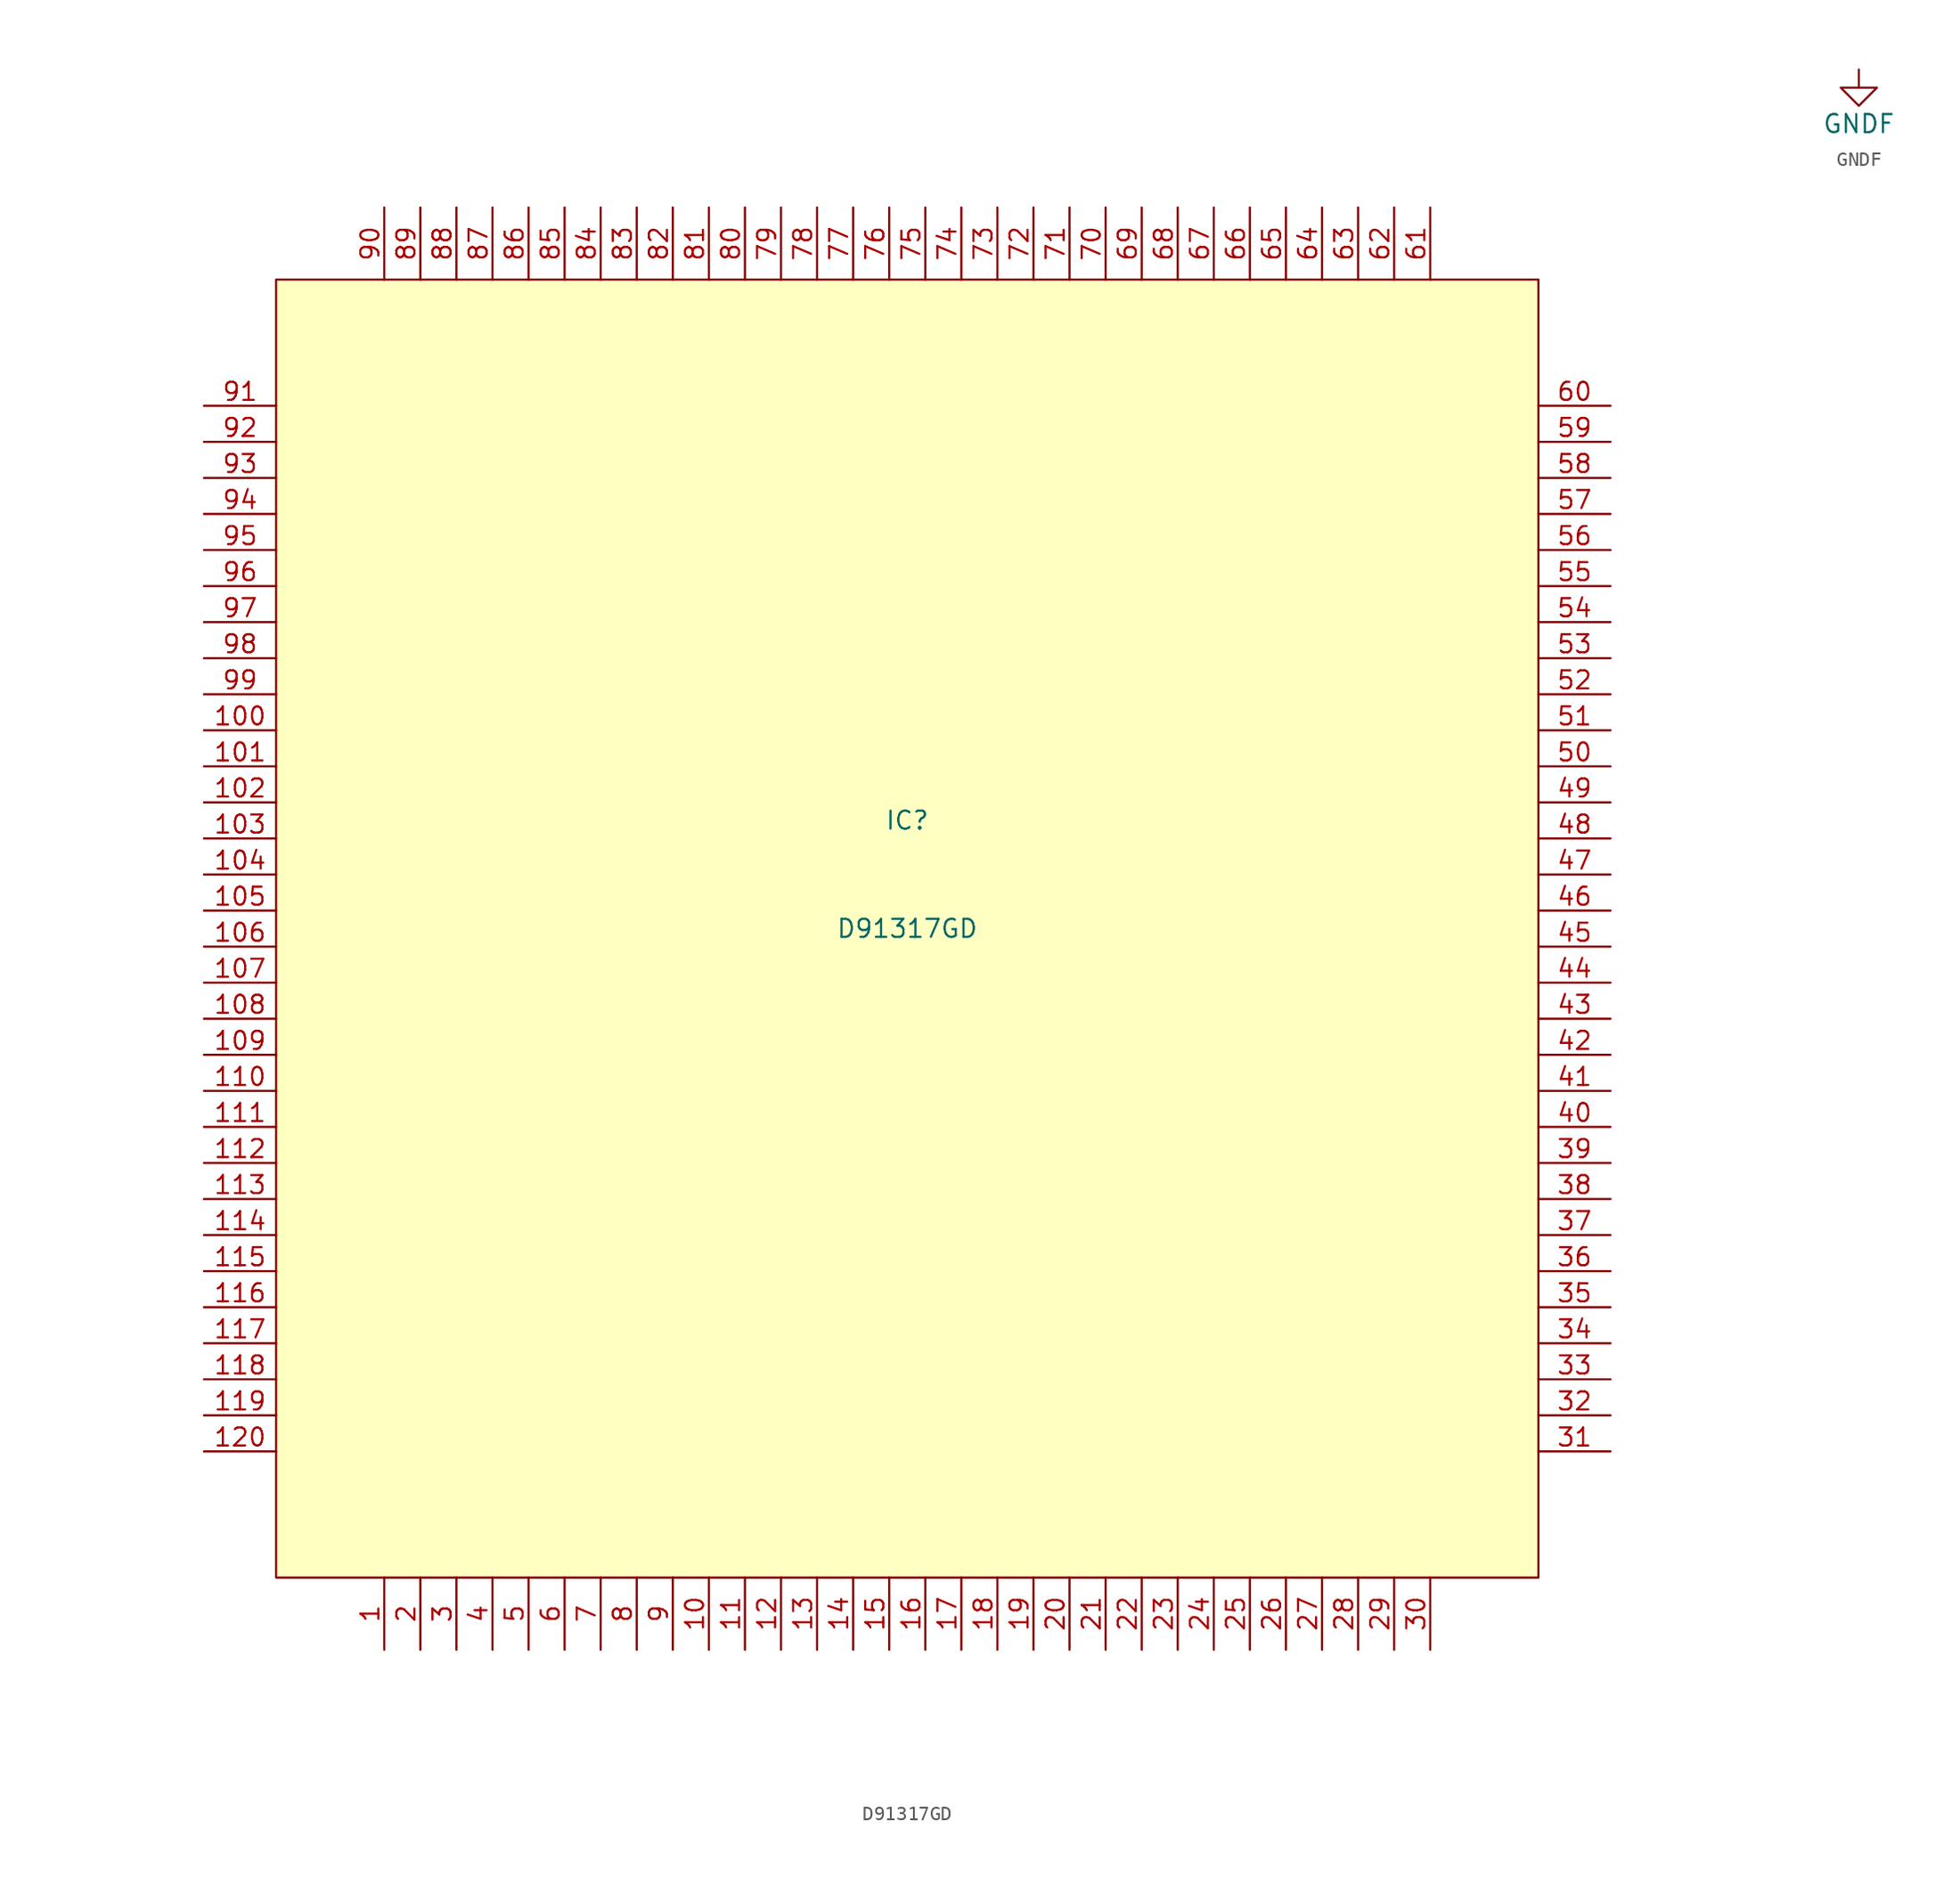
<source format=kicad_sym>
(kicad_symbol_lib
  (version 20220914)
  (generator kicad_symbol_editor)
  (symbol "D91317GD"
    (property "Reference" "IC"
      (at 0 7.62 0)
      (effects (font (size 1.27 1.27))))
    (property "Value" "D91317GD"
      (at 0 0 0)
      (effects (font (size 1.27 1.27))))
    (symbol "D91317GD_1_1"
      (rectangle (start -44.45 45.72) (end 44.45 -45.72) (stroke (width 0) (type default)) (fill (type background)))
      (pin input line (at -36.83 -50.8 90) (length 5.08) (name "" (effects (font (size 1.27 1.27)))) (number "1" (effects (font (size 1.27 1.27)))))
      (pin input line (at -13.97 -50.8 90) (length 5.08) (name "" (effects (font (size 1.27 1.27)))) (number "10" (effects (font (size 1.27 1.27)))))
      (pin input line (at -49.53 13.97 0) (length 5.08) (name "" (effects (font (size 1.27 1.27)))) (number "100" (effects (font (size 1.27 1.27)))))
      (pin input line (at -49.53 11.43 0) (length 5.08) (name "" (effects (font (size 1.27 1.27)))) (number "101" (effects (font (size 1.27 1.27)))))
      (pin input line (at -49.53 8.89 0) (length 5.08) (name "" (effects (font (size 1.27 1.27)))) (number "102" (effects (font (size 1.27 1.27)))))
      (pin input line (at -49.53 6.35 0) (length 5.08) (name "" (effects (font (size 1.27 1.27)))) (number "103" (effects (font (size 1.27 1.27)))))
      (pin input line (at -49.53 3.81 0) (length 5.08) (name "" (effects (font (size 1.27 1.27)))) (number "104" (effects (font (size 1.27 1.27)))))
      (pin input line (at -49.53 1.27 0) (length 5.08) (name "" (effects (font (size 1.27 1.27)))) (number "105" (effects (font (size 1.27 1.27)))))
      (pin input line (at -49.53 -1.27 0) (length 5.08) (name "" (effects (font (size 1.27 1.27)))) (number "106" (effects (font (size 1.27 1.27)))))
      (pin input line (at -49.53 -3.81 0) (length 5.08) (name "" (effects (font (size 1.27 1.27)))) (number "107" (effects (font (size 1.27 1.27)))))
      (pin input line (at -49.53 -6.35 0) (length 5.08) (name "" (effects (font (size 1.27 1.27)))) (number "108" (effects (font (size 1.27 1.27)))))
      (pin input line (at -49.53 -8.89 0) (length 5.08) (name "" (effects (font (size 1.27 1.27)))) (number "109" (effects (font (size 1.27 1.27)))))
      (pin input line (at -11.43 -50.8 90) (length 5.08) (name "" (effects (font (size 1.27 1.27)))) (number "11" (effects (font (size 1.27 1.27)))))
      (pin input line (at -49.53 -11.43 0) (length 5.08) (name "" (effects (font (size 1.27 1.27)))) (number "110" (effects (font (size 1.27 1.27)))))
      (pin input line (at -49.53 -13.97 0) (length 5.08) (name "" (effects (font (size 1.27 1.27)))) (number "111" (effects (font (size 1.27 1.27)))))
      (pin input line (at -49.53 -16.51 0) (length 5.08) (name "" (effects (font (size 1.27 1.27)))) (number "112" (effects (font (size 1.27 1.27)))))
      (pin input line (at -49.53 -19.05 0) (length 5.08) (name "" (effects (font (size 1.27 1.27)))) (number "113" (effects (font (size 1.27 1.27)))))
      (pin input line (at -49.53 -21.59 0) (length 5.08) (name "" (effects (font (size 1.27 1.27)))) (number "114" (effects (font (size 1.27 1.27)))))
      (pin input line (at -49.53 -24.13 0) (length 5.08) (name "" (effects (font (size 1.27 1.27)))) (number "115" (effects (font (size 1.27 1.27)))))
      (pin input line (at -49.53 -26.67 0) (length 5.08) (name "" (effects (font (size 1.27 1.27)))) (number "116" (effects (font (size 1.27 1.27)))))
      (pin input line (at -49.53 -29.21 0) (length 5.08) (name "" (effects (font (size 1.27 1.27)))) (number "117" (effects (font (size 1.27 1.27)))))
      (pin input line (at -49.53 -31.75 0) (length 5.08) (name "" (effects (font (size 1.27 1.27)))) (number "118" (effects (font (size 1.27 1.27)))))
      (pin input line (at -49.53 -34.29 0) (length 5.08) (name "" (effects (font (size 1.27 1.27)))) (number "119" (effects (font (size 1.27 1.27)))))
      (pin input line (at -8.89 -50.8 90) (length 5.08) (name "" (effects (font (size 1.27 1.27)))) (number "12" (effects (font (size 1.27 1.27)))))
      (pin input line (at -49.53 -36.83 0) (length 5.08) (name "" (effects (font (size 1.27 1.27)))) (number "120" (effects (font (size 1.27 1.27)))))
      (pin input line (at -6.35 -50.8 90) (length 5.08) (name "" (effects (font (size 1.27 1.27)))) (number "13" (effects (font (size 1.27 1.27)))))
      (pin input line (at -3.81 -50.8 90) (length 5.08) (name "" (effects (font (size 1.27 1.27)))) (number "14" (effects (font (size 1.27 1.27)))))
      (pin input line (at -1.27 -50.8 90) (length 5.08) (name "" (effects (font (size 1.27 1.27)))) (number "15" (effects (font (size 1.27 1.27)))))
      (pin input line (at 1.27 -50.8 90) (length 5.08) (name "" (effects (font (size 1.27 1.27)))) (number "16" (effects (font (size 1.27 1.27)))))
      (pin input line (at 3.81 -50.8 90) (length 5.08) (name "" (effects (font (size 1.27 1.27)))) (number "17" (effects (font (size 1.27 1.27)))))
      (pin input line (at 6.35 -50.8 90) (length 5.08) (name "" (effects (font (size 1.27 1.27)))) (number "18" (effects (font (size 1.27 1.27)))))
      (pin input line (at 8.89 -50.8 90) (length 5.08) (name "" (effects (font (size 1.27 1.27)))) (number "19" (effects (font (size 1.27 1.27)))))
      (pin input line (at -34.29 -50.8 90) (length 5.08) (name "" (effects (font (size 1.27 1.27)))) (number "2" (effects (font (size 1.27 1.27)))))
      (pin input line (at 11.43 -50.8 90) (length 5.08) (name "" (effects (font (size 1.27 1.27)))) (number "20" (effects (font (size 1.27 1.27)))))
      (pin input line (at 13.97 -50.8 90) (length 5.08) (name "" (effects (font (size 1.27 1.27)))) (number "21" (effects (font (size 1.27 1.27)))))
      (pin input line (at 16.51 -50.8 90) (length 5.08) (name "" (effects (font (size 1.27 1.27)))) (number "22" (effects (font (size 1.27 1.27)))))
      (pin input line (at 19.05 -50.8 90) (length 5.08) (name "" (effects (font (size 1.27 1.27)))) (number "23" (effects (font (size 1.27 1.27)))))
      (pin input line (at 21.59 -50.8 90) (length 5.08) (name "" (effects (font (size 1.27 1.27)))) (number "24" (effects (font (size 1.27 1.27)))))
      (pin input line (at 24.13 -50.8 90) (length 5.08) (name "" (effects (font (size 1.27 1.27)))) (number "25" (effects (font (size 1.27 1.27)))))
      (pin input line (at 26.67 -50.8 90) (length 5.08) (name "" (effects (font (size 1.27 1.27)))) (number "26" (effects (font (size 1.27 1.27)))))
      (pin input line (at 29.21 -50.8 90) (length 5.08) (name "" (effects (font (size 1.27 1.27)))) (number "27" (effects (font (size 1.27 1.27)))))
      (pin input line (at 31.75 -50.8 90) (length 5.08) (name "" (effects (font (size 1.27 1.27)))) (number "28" (effects (font (size 1.27 1.27)))))
      (pin input line (at 34.29 -50.8 90) (length 5.08) (name "" (effects (font (size 1.27 1.27)))) (number "29" (effects (font (size 1.27 1.27)))))
      (pin input line (at -31.75 -50.8 90) (length 5.08) (name "" (effects (font (size 1.27 1.27)))) (number "3" (effects (font (size 1.27 1.27)))))
      (pin input line (at 36.83 -50.8 90) (length 5.08) (name "" (effects (font (size 1.27 1.27)))) (number "30" (effects (font (size 1.27 1.27)))))
      (pin input line (at 49.53 -36.83 180) (length 5.08) (name "" (effects (font (size 1.27 1.27)))) (number "31" (effects (font (size 1.27 1.27)))))
      (pin input line (at 49.53 -34.29 180) (length 5.08) (name "" (effects (font (size 1.27 1.27)))) (number "32" (effects (font (size 1.27 1.27)))))
      (pin input line (at 49.53 -31.75 180) (length 5.08) (name "" (effects (font (size 1.27 1.27)))) (number "33" (effects (font (size 1.27 1.27)))))
      (pin input line (at 49.53 -29.21 180) (length 5.08) (name "" (effects (font (size 1.27 1.27)))) (number "34" (effects (font (size 1.27 1.27)))))
      (pin input line (at 49.53 -26.67 180) (length 5.08) (name "" (effects (font (size 1.27 1.27)))) (number "35" (effects (font (size 1.27 1.27)))))
      (pin input line (at 49.53 -24.13 180) (length 5.08) (name "" (effects (font (size 1.27 1.27)))) (number "36" (effects (font (size 1.27 1.27)))))
      (pin input line (at 49.53 -21.59 180) (length 5.08) (name "" (effects (font (size 1.27 1.27)))) (number "37" (effects (font (size 1.27 1.27)))))
      (pin input line (at 49.53 -19.05 180) (length 5.08) (name "" (effects (font (size 1.27 1.27)))) (number "38" (effects (font (size 1.27 1.27)))))
      (pin input line (at 49.53 -16.51 180) (length 5.08) (name "" (effects (font (size 1.27 1.27)))) (number "39" (effects (font (size 1.27 1.27)))))
      (pin input line (at -29.21 -50.8 90) (length 5.08) (name "" (effects (font (size 1.27 1.27)))) (number "4" (effects (font (size 1.27 1.27)))))
      (pin input line (at 49.53 -13.97 180) (length 5.08) (name "" (effects (font (size 1.27 1.27)))) (number "40" (effects (font (size 1.27 1.27)))))
      (pin input line (at 49.53 -11.43 180) (length 5.08) (name "" (effects (font (size 1.27 1.27)))) (number "41" (effects (font (size 1.27 1.27)))))
      (pin input line (at 49.53 -8.89 180) (length 5.08) (name "" (effects (font (size 1.27 1.27)))) (number "42" (effects (font (size 1.27 1.27)))))
      (pin input line (at 49.53 -6.35 180) (length 5.08) (name "" (effects (font (size 1.27 1.27)))) (number "43" (effects (font (size 1.27 1.27)))))
      (pin input line (at 49.53 -3.81 180) (length 5.08) (name "" (effects (font (size 1.27 1.27)))) (number "44" (effects (font (size 1.27 1.27)))))
      (pin input line (at 49.53 -1.27 180) (length 5.08) (name "" (effects (font (size 1.27 1.27)))) (number "45" (effects (font (size 1.27 1.27)))))
      (pin input line (at 49.53 1.27 180) (length 5.08) (name "" (effects (font (size 1.27 1.27)))) (number "46" (effects (font (size 1.27 1.27)))))
      (pin input line (at 49.53 3.81 180) (length 5.08) (name "" (effects (font (size 1.27 1.27)))) (number "47" (effects (font (size 1.27 1.27)))))
      (pin input line (at 49.53 6.35 180) (length 5.08) (name "" (effects (font (size 1.27 1.27)))) (number "48" (effects (font (size 1.27 1.27)))))
      (pin input line (at 49.53 8.89 180) (length 5.08) (name "" (effects (font (size 1.27 1.27)))) (number "49" (effects (font (size 1.27 1.27)))))
      (pin input line (at -26.67 -50.8 90) (length 5.08) (name "" (effects (font (size 1.27 1.27)))) (number "5" (effects (font (size 1.27 1.27)))))
      (pin input line (at 49.53 11.43 180) (length 5.08) (name "" (effects (font (size 1.27 1.27)))) (number "50" (effects (font (size 1.27 1.27)))))
      (pin input line (at 49.53 13.97 180) (length 5.08) (name "" (effects (font (size 1.27 1.27)))) (number "51" (effects (font (size 1.27 1.27)))))
      (pin input line (at 49.53 16.51 180) (length 5.08) (name "" (effects (font (size 1.27 1.27)))) (number "52" (effects (font (size 1.27 1.27)))))
      (pin input line (at 49.53 19.05 180) (length 5.08) (name "" (effects (font (size 1.27 1.27)))) (number "53" (effects (font (size 1.27 1.27)))))
      (pin input line (at 49.53 21.59 180) (length 5.08) (name "" (effects (font (size 1.27 1.27)))) (number "54" (effects (font (size 1.27 1.27)))))
      (pin input line (at 49.53 24.13 180) (length 5.08) (name "" (effects (font (size 1.27 1.27)))) (number "55" (effects (font (size 1.27 1.27)))))
      (pin input line (at 49.53 26.67 180) (length 5.08) (name "" (effects (font (size 1.27 1.27)))) (number "56" (effects (font (size 1.27 1.27)))))
      (pin input line (at 49.53 29.21 180) (length 5.08) (name "" (effects (font (size 1.27 1.27)))) (number "57" (effects (font (size 1.27 1.27)))))
      (pin input line (at 49.53 31.75 180) (length 5.08) (name "" (effects (font (size 1.27 1.27)))) (number "58" (effects (font (size 1.27 1.27)))))
      (pin input line (at 49.53 34.29 180) (length 5.08) (name "" (effects (font (size 1.27 1.27)))) (number "59" (effects (font (size 1.27 1.27)))))
      (pin input line (at -24.13 -50.8 90) (length 5.08) (name "" (effects (font (size 1.27 1.27)))) (number "6" (effects (font (size 1.27 1.27)))))
      (pin input line (at 49.53 36.83 180) (length 5.08) (name "" (effects (font (size 1.27 1.27)))) (number "60" (effects (font (size 1.27 1.27)))))
      (pin input line (at 36.83 50.8 270) (length 5.08) (name "" (effects (font (size 1.27 1.27)))) (number "61" (effects (font (size 1.27 1.27)))))
      (pin input line (at 34.29 50.8 270) (length 5.08) (name "" (effects (font (size 1.27 1.27)))) (number "62" (effects (font (size 1.27 1.27)))))
      (pin input line (at 31.75 50.8 270) (length 5.08) (name "" (effects (font (size 1.27 1.27)))) (number "63" (effects (font (size 1.27 1.27)))))
      (pin input line (at 29.21 50.8 270) (length 5.08) (name "" (effects (font (size 1.27 1.27)))) (number "64" (effects (font (size 1.27 1.27)))))
      (pin input line (at 26.67 50.8 270) (length 5.08) (name "" (effects (font (size 1.27 1.27)))) (number "65" (effects (font (size 1.27 1.27)))))
      (pin input line (at 24.13 50.8 270) (length 5.08) (name "" (effects (font (size 1.27 1.27)))) (number "66" (effects (font (size 1.27 1.27)))))
      (pin input line (at 21.59 50.8 270) (length 5.08) (name "" (effects (font (size 1.27 1.27)))) (number "67" (effects (font (size 1.27 1.27)))))
      (pin input line (at 19.05 50.8 270) (length 5.08) (name "" (effects (font (size 1.27 1.27)))) (number "68" (effects (font (size 1.27 1.27)))))
      (pin input line (at 16.51 50.8 270) (length 5.08) (name "" (effects (font (size 1.27 1.27)))) (number "69" (effects (font (size 1.27 1.27)))))
      (pin input line (at -21.59 -50.8 90) (length 5.08) (name "" (effects (font (size 1.27 1.27)))) (number "7" (effects (font (size 1.27 1.27)))))
      (pin input line (at 13.97 50.8 270) (length 5.08) (name "" (effects (font (size 1.27 1.27)))) (number "70" (effects (font (size 1.27 1.27)))))
      (pin input line (at 11.43 50.8 270) (length 5.08) (name "" (effects (font (size 1.27 1.27)))) (number "71" (effects (font (size 1.27 1.27)))))
      (pin input line (at 8.89 50.8 270) (length 5.08) (name "" (effects (font (size 1.27 1.27)))) (number "72" (effects (font (size 1.27 1.27)))))
      (pin input line (at 6.35 50.8 270) (length 5.08) (name "" (effects (font (size 1.27 1.27)))) (number "73" (effects (font (size 1.27 1.27)))))
      (pin input line (at 3.81 50.8 270) (length 5.08) (name "" (effects (font (size 1.27 1.27)))) (number "74" (effects (font (size 1.27 1.27)))))
      (pin input line (at 1.27 50.8 270) (length 5.08) (name "" (effects (font (size 1.27 1.27)))) (number "75" (effects (font (size 1.27 1.27)))))
      (pin input line (at -1.27 50.8 270) (length 5.08) (name "" (effects (font (size 1.27 1.27)))) (number "76" (effects (font (size 1.27 1.27)))))
      (pin input line (at -3.81 50.8 270) (length 5.08) (name "" (effects (font (size 1.27 1.27)))) (number "77" (effects (font (size 1.27 1.27)))))
      (pin input line (at -6.35 50.8 270) (length 5.08) (name "" (effects (font (size 1.27 1.27)))) (number "78" (effects (font (size 1.27 1.27)))))
      (pin input line (at -8.89 50.8 270) (length 5.08) (name "" (effects (font (size 1.27 1.27)))) (number "79" (effects (font (size 1.27 1.27)))))
      (pin input line (at -19.05 -50.8 90) (length 5.08) (name "" (effects (font (size 1.27 1.27)))) (number "8" (effects (font (size 1.27 1.27)))))
      (pin input line (at -11.43 50.8 270) (length 5.08) (name "" (effects (font (size 1.27 1.27)))) (number "80" (effects (font (size 1.27 1.27)))))
      (pin input line (at -13.97 50.8 270) (length 5.08) (name "" (effects (font (size 1.27 1.27)))) (number "81" (effects (font (size 1.27 1.27)))))
      (pin input line (at -16.51 50.8 270) (length 5.08) (name "" (effects (font (size 1.27 1.27)))) (number "82" (effects (font (size 1.27 1.27)))))
      (pin input line (at -19.05 50.8 270) (length 5.08) (name "" (effects (font (size 1.27 1.27)))) (number "83" (effects (font (size 1.27 1.27)))))
      (pin input line (at -21.59 50.8 270) (length 5.08) (name "" (effects (font (size 1.27 1.27)))) (number "84" (effects (font (size 1.27 1.27)))))
      (pin input line (at -24.13 50.8 270) (length 5.08) (name "" (effects (font (size 1.27 1.27)))) (number "85" (effects (font (size 1.27 1.27)))))
      (pin input line (at -26.67 50.8 270) (length 5.08) (name "" (effects (font (size 1.27 1.27)))) (number "86" (effects (font (size 1.27 1.27)))))
      (pin input line (at -29.21 50.8 270) (length 5.08) (name "" (effects (font (size 1.27 1.27)))) (number "87" (effects (font (size 1.27 1.27)))))
      (pin input line (at -31.75 50.8 270) (length 5.08) (name "" (effects (font (size 1.27 1.27)))) (number "88" (effects (font (size 1.27 1.27)))))
      (pin input line (at -34.29 50.8 270) (length 5.08) (name "" (effects (font (size 1.27 1.27)))) (number "89" (effects (font (size 1.27 1.27)))))
      (pin input line (at -16.51 -50.8 90) (length 5.08) (name "" (effects (font (size 1.27 1.27)))) (number "9" (effects (font (size 1.27 1.27)))))
      (pin input line (at -36.83 50.8 270) (length 5.08) (name "" (effects (font (size 1.27 1.27)))) (number "90" (effects (font (size 1.27 1.27)))))
      (pin input line (at -49.53 36.83 0) (length 5.08) (name "" (effects (font (size 1.27 1.27)))) (number "91" (effects (font (size 1.27 1.27)))))
      (pin input line (at -49.53 34.29 0) (length 5.08) (name "" (effects (font (size 1.27 1.27)))) (number "92" (effects (font (size 1.27 1.27)))))
      (pin input line (at -49.53 31.75 0) (length 5.08) (name "" (effects (font (size 1.27 1.27)))) (number "93" (effects (font (size 1.27 1.27)))))
      (pin input line (at -49.53 29.21 0) (length 5.08) (name "" (effects (font (size 1.27 1.27)))) (number "94" (effects (font (size 1.27 1.27)))))
      (pin input line (at -49.53 26.67 0) (length 5.08) (name "" (effects (font (size 1.27 1.27)))) (number "95" (effects (font (size 1.27 1.27)))))
      (pin input line (at -49.53 24.13 0) (length 5.08) (name "" (effects (font (size 1.27 1.27)))) (number "96" (effects (font (size 1.27 1.27)))))
      (pin input line (at -49.53 21.59 0) (length 5.08) (name "" (effects (font (size 1.27 1.27)))) (number "97" (effects (font (size 1.27 1.27)))))
      (pin input line (at -49.53 19.05 0) (length 5.08) (name "" (effects (font (size 1.27 1.27)))) (number "98" (effects (font (size 1.27 1.27)))))
      (pin input line (at -49.53 16.51 0) (length 5.08) (name "" (effects (font (size 1.27 1.27)))) (number "99" (effects (font (size 1.27 1.27)))))))
  (symbol "GNDF"
    (power)
    (pin_names
      (offset 0))
    (property "Reference" "#PWR"
      (at 0 -6.35 0)
      (effects (font (size 1.27 1.27)) hide))
    (property "Value" "GNDF"
      (at 0 -3.81 0)
      (effects (font (size 1.27 1.27))))
    (symbol "GNDF_0_1"
      (polyline (pts (xy 0 0) (xy 0 -1.27) (xy 1.27 -1.27) (xy 0 -2.54) (xy -1.27 -1.27) (xy 0 -1.27)) (stroke (width 0) (type default)) (fill (type none))))
    (symbol "GNDF_1_1"
      (pin power_in line (at 0 0 270) (length 0) hide (name "GNDF" (effects (font (size 1.27 1.27)))) (number "1" (effects (font (size 1.27 1.27))))))))
</source>
